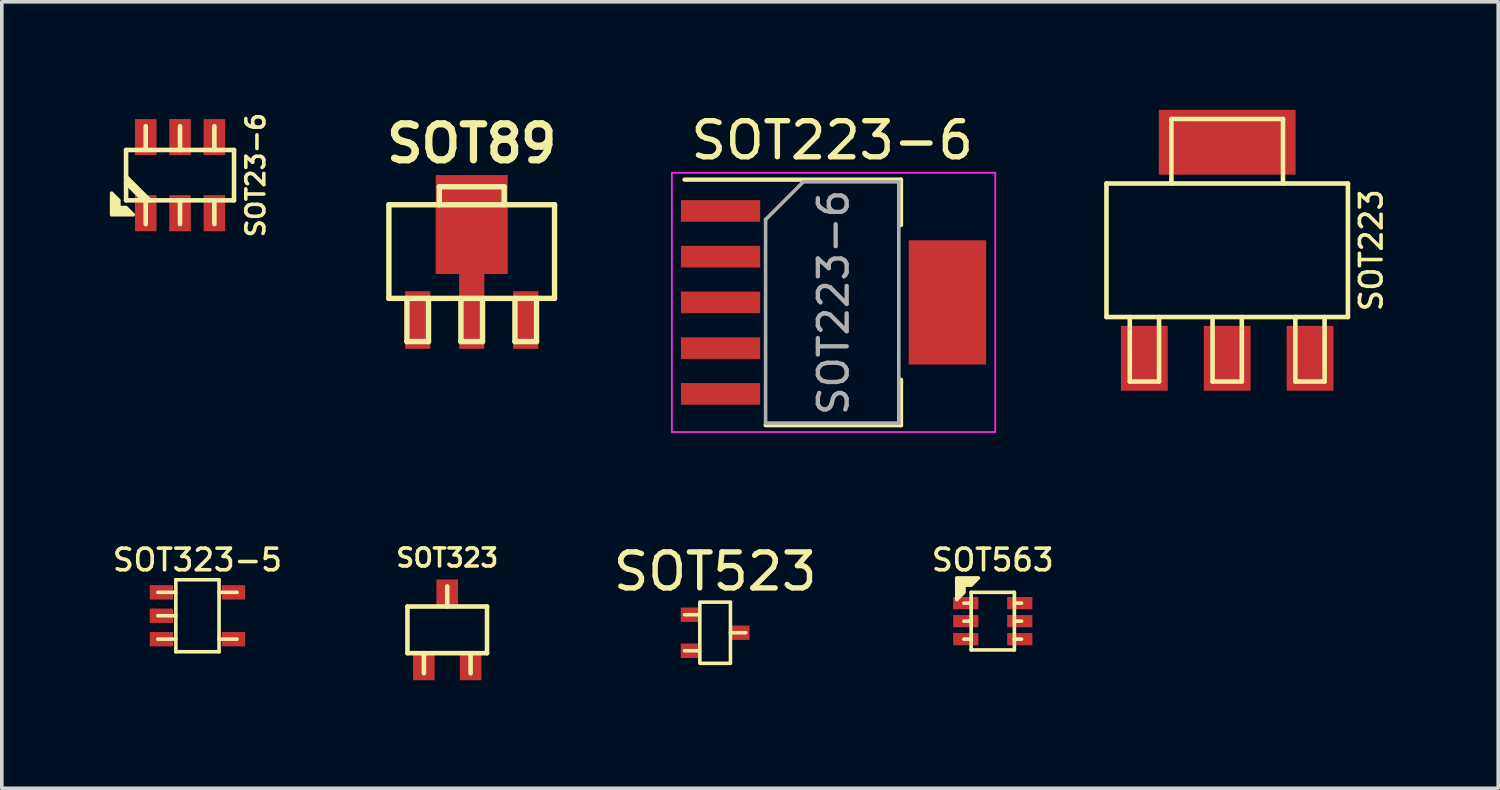
<source format=kicad_pcb>
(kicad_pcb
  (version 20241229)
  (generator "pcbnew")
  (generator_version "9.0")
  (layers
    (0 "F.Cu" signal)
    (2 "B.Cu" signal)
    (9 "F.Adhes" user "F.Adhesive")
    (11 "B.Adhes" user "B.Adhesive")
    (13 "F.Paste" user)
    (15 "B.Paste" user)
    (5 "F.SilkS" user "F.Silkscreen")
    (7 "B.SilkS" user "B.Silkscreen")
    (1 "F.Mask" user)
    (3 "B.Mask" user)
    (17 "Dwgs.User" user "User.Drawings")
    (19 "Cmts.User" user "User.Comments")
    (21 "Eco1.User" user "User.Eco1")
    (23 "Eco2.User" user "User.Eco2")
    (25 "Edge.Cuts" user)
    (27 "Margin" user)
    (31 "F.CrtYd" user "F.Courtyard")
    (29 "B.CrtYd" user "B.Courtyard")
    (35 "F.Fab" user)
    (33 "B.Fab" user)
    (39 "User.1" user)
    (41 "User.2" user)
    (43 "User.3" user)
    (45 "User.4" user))
  (footprint "SOT223"
    (layer "F.Cu")
    (at 31.03 3.9)
    (property "Reference" "SOT223" (at 4 0 90) (layer "F.SilkS") (effects (font (size 0.6 0.6) (thickness 0.1))))
    (attr smd)
    (fp_line (start -3.353 -1.854) (end 3.353 -1.854) (stroke (width 0.127) (type solid)) (layer "F.SilkS"))
    (fp_line (start -3.353 1.854) (end -3.353 -1.854) (stroke (width 0.127) (type solid)) (layer "F.SilkS"))
    (fp_line (start -2.705 3.645) (end -2.705 1.854) (stroke (width 0.127) (type solid)) (layer "F.SilkS"))
    (fp_line (start -2.705 3.645) (end -1.892 3.645) (stroke (width 0.127) (type solid)) (layer "F.SilkS"))
    (fp_line (start -1.892 3.645) (end -1.892 1.854) (stroke (width 0.127) (type solid)) (layer "F.SilkS"))
    (fp_line (start -1.549 -3.645) (end -1.549 -1.854) (stroke (width 0.127) (type solid)) (layer "F.SilkS"))
    (fp_line (start -1.549 -3.645) (end 1.549 -3.645) (stroke (width 0.127) (type solid)) (layer "F.SilkS"))
    (fp_line (start -0.406 3.645) (end -0.406 1.854) (stroke (width 0.127) (type solid)) (layer "F.SilkS"))
    (fp_line (start -0.406 3.645) (end 0.406 3.645) (stroke (width 0.127) (type solid)) (layer "F.SilkS"))
    (fp_line (start 0.406 3.645) (end 0.406 1.854) (stroke (width 0.127) (type solid)) (layer "F.SilkS"))
    (fp_line (start 1.549 -3.645) (end 1.549 -1.854) (stroke (width 0.127) (type solid)) (layer "F.SilkS"))
    (fp_line (start 1.892 3.645) (end 1.892 1.854) (stroke (width 0.127) (type solid)) (layer "F.SilkS"))
    (fp_line (start 1.892 3.645) (end 2.705 3.645) (stroke (width 0.127) (type solid)) (layer "F.SilkS"))
    (fp_line (start 2.705 3.645) (end 2.705 1.854) (stroke (width 0.127) (type solid)) (layer "F.SilkS"))
    (fp_line (start 3.353 -1.854) (end 3.353 1.854) (stroke (width 0.127) (type solid)) (layer "F.SilkS"))
    (fp_line (start 3.353 1.854) (end -3.353 1.854) (stroke (width 0.127) (type solid)) (layer "F.SilkS"))
    (pad "1" smd rect (at -2.301 3) (size 1.3 1.801) (layers "F.Cu" "F.Mask" "F.Paste"))
    (pad "2" smd rect (at 0 3) (size 1.3 1.801) (layers "F.Cu" "F.Mask" "F.Paste"))
    (pad "3" smd rect (at 2.301 3) (size 1.3 1.801) (layers "F.Cu" "F.Mask" "F.Paste"))
    (pad "4" smd rect (at 0 -3) (size 3.8 1.801) (layers "F.Cu" "F.Mask" "F.Paste")))
  (footprint "SOT563"
    (layer "F.Cu")
    (at 24.52 14.2)
    (property "Reference" "SOT563" (at 0 -1.7 0) (layer "F.SilkS") (effects (font (size 0.6 0.6) (thickness 0.1))))
    (attr smd)
    (fp_line (start -0.8 -0.5) (end -0.6 -0.5) (stroke (width 0.1) (type solid)) (layer "F.SilkS"))
    (fp_line (start -0.8 0) (end -0.6 0) (stroke (width 0.1) (type solid)) (layer "F.SilkS"))
    (fp_line (start -0.8 0.5) (end -0.6 0.5) (stroke (width 0.1) (type solid)) (layer "F.SilkS"))
    (fp_line (start -0.6 -0.8) (end -0.6 0.8) (stroke (width 0.1) (type solid)) (layer "F.SilkS"))
    (fp_line (start -0.6 -0.8) (end 0.6 -0.8) (stroke (width 0.1) (type solid)) (layer "F.SilkS"))
    (fp_line (start -0.6 0.8) (end 0.6 0.8) (stroke (width 0.1) (type solid)) (layer "F.SilkS"))
    (fp_line (start 0.6 -0.8) (end 0.6 0.8) (stroke (width 0.1) (type solid)) (layer "F.SilkS"))
    (fp_line (start 0.6 -0.5) (end 0.8 -0.5) (stroke (width 0.1) (type solid)) (layer "F.SilkS"))
    (fp_line (start 0.6 0.5) (end 0.8 0.5) (stroke (width 0.1) (type solid)) (layer "F.SilkS"))
    (fp_line (start 0.8 0) (end 0.6 0) (stroke (width 0.1) (type solid)) (layer "F.SilkS"))
    (fp_poly (pts (xy -0.6 -1) (xy -0.8 -1) (xy -0.8 -0.8) (xy -1 -0.6) (xy -1 -1.2) (xy -0.4 -1.2)) (stroke (width 0.1) (type solid)) (fill yes) (layer "F.SilkS"))
    (pad "1" smd rect (at -0.75 -0.5) (size 0.7 0.34) (layers "F.Cu" "F.Mask" "F.Paste"))
    (pad "2" smd rect (at -0.75 0) (size 0.7 0.34) (layers "F.Cu" "F.Mask" "F.Paste"))
    (pad "3" smd rect (at -0.75 0.5) (size 0.7 0.34) (layers "F.Cu" "F.Mask" "F.Paste"))
    (pad "4" smd rect (at 0.75 0.5) (size 0.7 0.34) (layers "F.Cu" "F.Mask" "F.Paste"))
    (pad "5" smd rect (at 0.75 0) (size 0.7 0.34) (layers "F.Cu" "F.Mask" "F.Paste"))
    (pad "6" smd rect (at 0.75 -0.5) (size 0.7 0.34) (layers "F.Cu" "F.Mask" "F.Paste")))
  (footprint "SOT323-5"
    (layer "F.Cu")
    (at 2.433 14.05)
    (property "Reference" "SOT323-5" (at 0 -1.55 180) (layer "F.SilkS") (effects (font (size 0.6 0.6) (thickness 0.1))))
    (attr smd)
    (fp_line (start -0.6 -1) (end -0.6 1) (stroke (width 0.1) (type solid)) (layer "F.SilkS"))
    (fp_line (start -0.6 -0.65) (end -1.1 -0.65) (stroke (width 0.1) (type solid)) (layer "F.SilkS"))
    (fp_line (start -0.6 0) (end -1.1 0) (stroke (width 0.1) (type solid)) (layer "F.SilkS"))
    (fp_line (start -0.6 0.65) (end -1.1 0.65) (stroke (width 0.1) (type solid)) (layer "F.SilkS"))
    (fp_line (start 0.6 -1) (end -0.6 -1) (stroke (width 0.1) (type solid)) (layer "F.SilkS"))
    (fp_line (start 0.6 -1) (end 0.6 1) (stroke (width 0.1) (type solid)) (layer "F.SilkS"))
    (fp_line (start 0.6 -0.65) (end 1.1 -0.65) (stroke (width 0.1) (type solid)) (layer "F.SilkS"))
    (fp_line (start 0.6 0.65) (end 1.1 0.65) (stroke (width 0.1) (type solid)) (layer "F.SilkS"))
    (fp_line (start 0.6 1) (end -0.6 1) (stroke (width 0.1) (type solid)) (layer "F.SilkS"))
    (pad "1" smd rect (at -1 -0.65) (size 0.65 0.4) (layers "F.Cu" "F.Mask" "F.Paste"))
    (pad "2" smd rect (at -1 0) (size 0.65 0.4) (layers "F.Cu" "F.Mask" "F.Paste"))
    (pad "3" smd rect (at -1 0.65) (size 0.65 0.4) (layers "F.Cu" "F.Mask" "F.Paste"))
    (pad "4" smd rect (at 1 0.65) (size 0.65 0.4) (layers "F.Cu" "F.Mask" "F.Paste"))
    (pad "5" smd rect (at 1 -0.65) (size 0.65 0.4) (layers "F.Cu" "F.Mask" "F.Paste")))
  (footprint "SOT523"
    (layer "F.Cu")
    (at 16.81 14.521)
    (property "Reference" "SOT523" (at 0 -1.7 0) (layer "F.SilkS") (effects (font (size 1 1) (thickness 0.15))))
    (attr smd)
    (fp_line (start -0.45 -0.5) (end -0.85 -0.5) (stroke (width 0.1) (type solid)) (layer "F.SilkS"))
    (fp_line (start -0.45 0.5) (end -0.85 0.5) (stroke (width 0.1) (type solid)) (layer "F.SilkS"))
    (fp_line (start 0.425 0) (end 0.85 0) (stroke (width 0.1) (type solid)) (layer "F.SilkS"))
    (fp_rect (start -0.425 -0.85) (end 0.425 0.85) (stroke (width 0.1) (type solid)) (fill no) (layer "F.SilkS"))
    (pad "1" smd rect (at -0.7 -0.5 180) (size 0.51 0.4) (layers "F.Cu" "F.Mask" "F.Paste"))
    (pad "2" smd rect (at -0.7 0.5 180) (size 0.51 0.4) (layers "F.Cu" "F.Mask" "F.Paste"))
    (pad "3" smd rect (at 0.7 0 180) (size 0.51 0.4) (layers "F.Cu" "F.Mask" "F.Paste")))
  (footprint "SOT23-6"
    (layer "F.Cu")
    (at 1.95 1.814)
    (property "Reference" "SOT23-6" (at 2.1 0 90) (layer "F.SilkS") (effects (font (size 0.5 0.5) (thickness 0.099))))
    (attr smd)
    (fp_line (start -1.499 -0.699) (end 1.499 -0.699) (stroke (width 0.127) (type solid)) (layer "F.SilkS"))
    (fp_line (start -1.499 0.699) (end -1.499 -0.699) (stroke (width 0.127) (type solid)) (layer "F.SilkS"))
    (fp_line (start -1.003 0.699) (end -1.499 0.203) (stroke (width 0.127) (type solid)) (layer "F.SilkS"))
    (fp_line (start -0.953 -0.699) (end -0.953 -1.359) (stroke (width 0.127) (type solid)) (layer "F.SilkS"))
    (fp_line (start -0.953 0.699) (end -0.953 1.359) (stroke (width 0.127) (type solid)) (layer "F.SilkS"))
    (fp_line (start -0.851 0.699) (end -1.499 0.051) (stroke (width 0.127) (type solid)) (layer "F.SilkS"))
    (fp_line (start 0 -0.699) (end 0 -1.359) (stroke (width 0.127) (type solid)) (layer "F.SilkS"))
    (fp_line (start 0 0.699) (end 0 1.359) (stroke (width 0.127) (type solid)) (layer "F.SilkS"))
    (fp_line (start 0.953 -0.699) (end 0.953 -1.359) (stroke (width 0.127) (type solid)) (layer "F.SilkS"))
    (fp_line (start 0.953 0.699) (end 0.953 1.359) (stroke (width 0.127) (type solid)) (layer "F.SilkS"))
    (fp_line (start 1.499 -0.699) (end 1.499 0.699) (stroke (width 0.127) (type solid)) (layer "F.SilkS"))
    (fp_line (start 1.499 0.699) (end -1.499 0.699) (stroke (width 0.127) (type solid)) (layer "F.SilkS"))
    (fp_poly (pts (xy -1.7 0.9) (xy -1.5 0.9) (xy -1.3 1.1) (xy -1.9 1.1) (xy -1.9 0.5) (xy -1.7 0.7)) (stroke (width 0.1) (type solid)) (fill yes) (layer "F.SilkS"))
    (pad "1" smd rect (at -0.953 1.057) (size 0.599 1.001) (layers "F.Cu" "F.Mask" "F.Paste"))
    (pad "2" smd rect (at 0 1.057) (size 0.599 1.001) (layers "F.Cu" "F.Mask" "F.Paste"))
    (pad "3" smd rect (at 0.953 1.057) (size 0.599 1.001) (layers "F.Cu" "F.Mask" "F.Paste"))
    (pad "4" smd rect (at 0.953 -1.057) (size 0.599 1.001) (layers "F.Cu" "F.Mask" "F.Paste"))
    (pad "5" smd rect (at 0 -1.057) (size 0.599 1.001) (layers "F.Cu" "F.Mask" "F.Paste"))
    (pad "6" smd rect (at -0.953 -1.057) (size 0.599 1.001) (layers "F.Cu" "F.Mask" "F.Paste")))
  (footprint "SOT323"
    (layer "F.Cu")
    (at 9.37 14.441)
    (property "Reference" "SOT323" (at 0 -2 0) (layer "F.SilkS") (effects (font (size 0.5 0.5) (thickness 0.1))))
    (attr smd)
    (fp_line (start -1.105 -0.648) (end 1.105 -0.648) (stroke (width 0.127) (type solid)) (layer "F.SilkS"))
    (fp_line (start -1.105 0.648) (end -1.105 -0.648) (stroke (width 0.127) (type solid)) (layer "F.SilkS"))
    (fp_line (start -0.648 0.648) (end -0.648 1.206) (stroke (width 0.127) (type solid)) (layer "F.SilkS"))
    (fp_line (start 0 -0.648) (end 0 -1.206) (stroke (width 0.127) (type solid)) (layer "F.SilkS"))
    (fp_line (start 0.648 0.648) (end 0.648 1.206) (stroke (width 0.127) (type solid)) (layer "F.SilkS"))
    (fp_line (start 1.105 -0.648) (end 1.105 0.648) (stroke (width 0.127) (type solid)) (layer "F.SilkS"))
    (fp_line (start 1.105 0.648) (end -1.105 0.648) (stroke (width 0.127) (type solid)) (layer "F.SilkS"))
    (pad "1" smd rect (at -0.65 1) (size 0.6 0.8) (layers "F.Cu" "F.Mask" "F.Paste"))
    (pad "2" smd rect (at 0 -1) (size 0.6 0.8) (layers "F.Cu" "F.Mask" "F.Paste"))
    (pad "3" smd rect (at 0.65 1) (size 0.6 0.8) (layers "F.Cu" "F.Mask" "F.Paste")))
  (footprint "SOT223-6"
    (layer "F.Cu")
    (at 20.098 5.348)
    (property "Reference" "SOT223-6" (at -0.037 -4.5 0) (layer "F.SilkS") (effects (font (size 1 1) (thickness 0.15))))
    (attr smd)
    (fp_line (start -4.138 -3.41) (end 1.873 -3.41) (stroke (width 0.12) (type solid)) (layer "F.SilkS"))
    (fp_line (start -1.887 3.41) (end 1.873 3.41) (stroke (width 0.12) (type solid)) (layer "F.SilkS"))
    (fp_line (start 1.873 -3.41) (end 1.873 -2.15) (stroke (width 0.12) (type solid)) (layer "F.SilkS"))
    (fp_line (start 1.873 3.41) (end 1.873 2.15) (stroke (width 0.12) (type solid)) (layer "F.SilkS"))
    (fp_line (start -4.49 -3.6) (end -4.49 3.6) (stroke (width 0.05) (type solid)) (layer "F.CrtYd"))
    (fp_line (start -4.49 -3.6) (end 4.49 -3.6) (stroke (width 0.05) (type solid)) (layer "F.CrtYd"))
    (fp_line (start 4.49 3.6) (end -4.49 3.6) (stroke (width 0.05) (type solid)) (layer "F.CrtYd"))
    (fp_line (start 4.49 3.6) (end 4.49 -3.6) (stroke (width 0.05) (type solid)) (layer "F.CrtYd"))
    (fp_line (start -1.887 -2.3) (end -1.887 3.35) (stroke (width 0.1) (type solid)) (layer "F.Fab"))
    (fp_line (start -1.887 -2.3) (end -0.838 -3.35) (stroke (width 0.1) (type solid)) (layer "F.Fab"))
    (fp_line (start -1.887 3.35) (end 1.812 3.35) (stroke (width 0.1) (type solid)) (layer "F.Fab"))
    (fp_line (start -0.838 -3.35) (end 1.812 -3.35) (stroke (width 0.1) (type solid)) (layer "F.Fab"))
    (fp_line (start 1.812 -3.35) (end 1.812 3.35) (stroke (width 0.1) (type solid)) (layer "F.Fab"))
    (fp_text user "${REFERENCE}" (at 0 0 90) (layer "F.Fab") (effects (font (size 0.8 0.8) (thickness 0.12))))
    (pad "1" smd rect (at -3.138 -2.54) (size 2.2 0.6) (layers "F.Cu" "F.Mask" "F.Paste"))
    (pad "2" smd rect (at -3.138 -1.27) (size 2.2 0.6) (layers "F.Cu" "F.Mask" "F.Paste"))
    (pad "3" smd rect (at -3.138 0) (size 2.2 0.6) (layers "F.Cu" "F.Mask" "F.Paste"))
    (pad "4" smd rect (at -3.138 1.27) (size 2.2 0.6) (layers "F.Cu" "F.Mask" "F.Paste"))
    (pad "5" smd rect (at -3.138 2.54) (size 2.2 0.6) (layers "F.Cu" "F.Mask" "F.Paste"))
    (pad "6" smd rect (at 3.163 0) (size 2.15 3.45) (layers "F.Cu" "F.Mask" "F.Paste")))
  (footprint "SOT89"
    (layer "F.Cu")
    (at 10.05 3.936)
    (property "Reference" "SOT89" (at 0 -3 0) (layer "F.SilkS") (effects (font (size 1 1) (thickness 0.2))))
    (attr smd)
    (fp_line (start -2.3 -1.3) (end 2.3 -1.3) (stroke (width 0.15) (type solid)) (layer "F.SilkS"))
    (fp_line (start -2.3 1.3) (end -2.3 -1.3) (stroke (width 0.15) (type solid)) (layer "F.SilkS"))
    (fp_line (start -1.8 2.5) (end -1.8 1.3) (stroke (width 0.15) (type solid)) (layer "F.SilkS"))
    (fp_line (start -1.8 2.5) (end -1.2 2.5) (stroke (width 0.15) (type solid)) (layer "F.SilkS"))
    (fp_line (start -1.2 2.5) (end -1.2 1.3) (stroke (width 0.15) (type solid)) (layer "F.SilkS"))
    (fp_line (start -0.9 -1.8) (end -0.9 -1.3) (stroke (width 0.15) (type solid)) (layer "F.SilkS"))
    (fp_line (start -0.9 -1.8) (end 0.9 -1.8) (stroke (width 0.15) (type solid)) (layer "F.SilkS"))
    (fp_line (start -0.3 2.5) (end -0.3 1.3) (stroke (width 0.15) (type solid)) (layer "F.SilkS"))
    (fp_line (start -0.3 2.5) (end 0.3 2.5) (stroke (width 0.15) (type solid)) (layer "F.SilkS"))
    (fp_line (start 0.3 2.5) (end 0.3 1.3) (stroke (width 0.15) (type solid)) (layer "F.SilkS"))
    (fp_line (start 0.9 -1.8) (end 0.9 -1.3) (stroke (width 0.15) (type solid)) (layer "F.SilkS"))
    (fp_line (start 1.2 2.5) (end 1.2 1.3) (stroke (width 0.15) (type solid)) (layer "F.SilkS"))
    (fp_line (start 1.2 2.5) (end 1.8 2.5) (stroke (width 0.15) (type solid)) (layer "F.SilkS"))
    (fp_line (start 1.8 2.5) (end 1.8 1.3) (stroke (width 0.15) (type solid)) (layer "F.SilkS"))
    (fp_line (start 2.3 -1.3) (end 2.3 1.3) (stroke (width 0.15) (type solid)) (layer "F.SilkS"))
    (fp_line (start 2.3 1.3) (end -2.3 1.3) (stroke (width 0.15) (type solid)) (layer "F.SilkS"))
    (pad "1" smd rect (at -1.5 1.9) (size 0.7 1.6) (layers "F.Cu" "F.Mask" "F.Paste"))
    (pad "2" smd rect (at 0 -0.75) (size 2 2.75) (layers "F.Cu" "F.Mask" "F.Paste"))
    (pad "2" smd rect (at 0 1.65) (size 0.7 2.1) (layers "F.Cu" "F.Mask" "F.Paste"))
    (pad "3" smd rect (at 1.5 1.9) (size 0.7 1.6) (layers "F.Cu" "F.Mask" "F.Paste")))
  (gr_rect
    (start -3 -3)
    (end 38.556 18.841)
    (stroke (width 0.1) (type default))
    (fill no)
    (layer "Edge.Cuts")))
</source>
